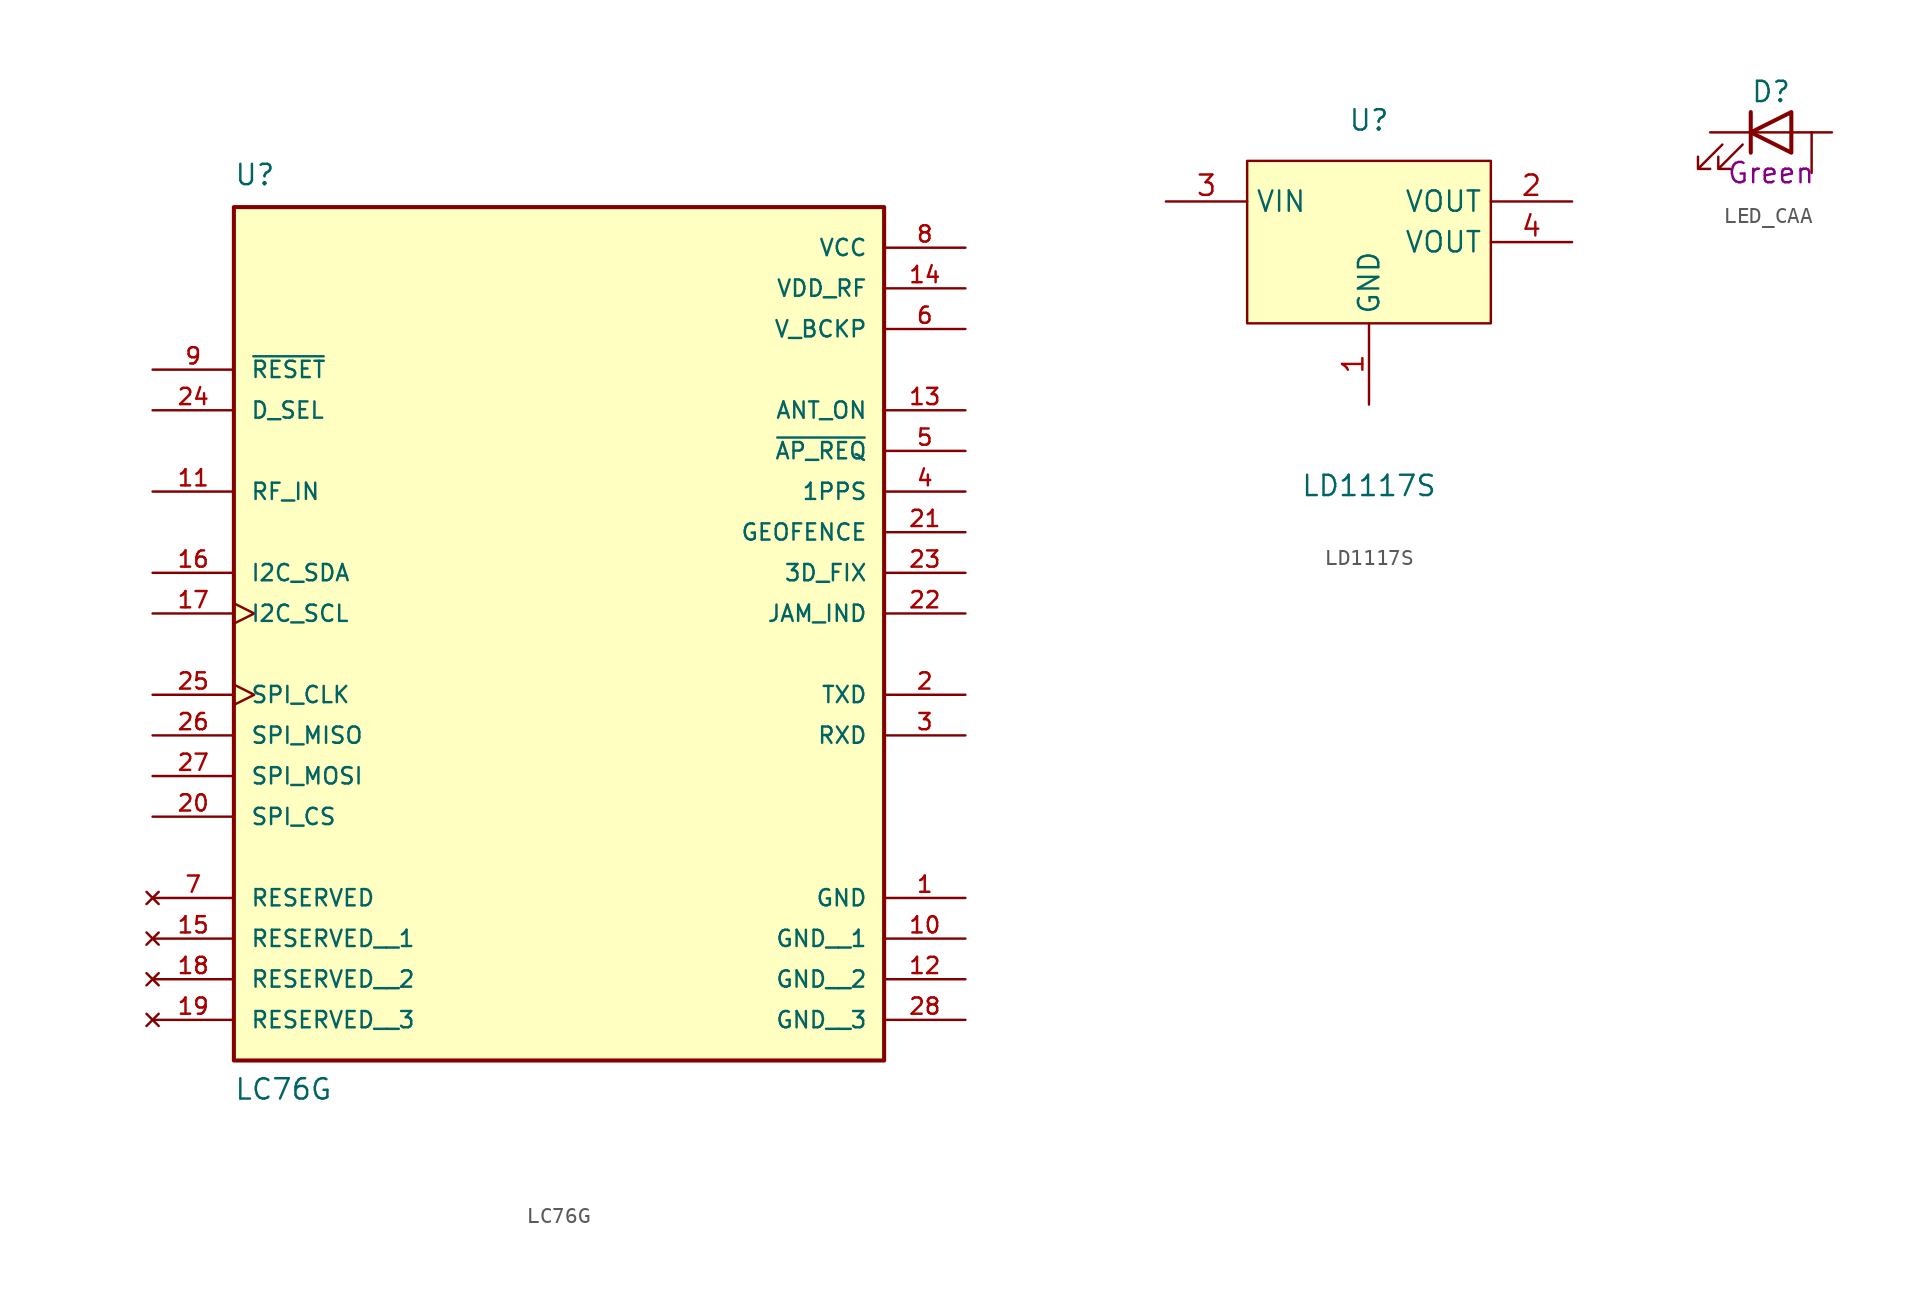
<source format=kicad_sym>
(kicad_symbol_lib
  (version 20241209)
  (generator "kicad_symbol_editor")
  (generator_version "9.0")
  (symbol "LC76G"
    (pin_names
      (offset 1.016))
    (property "Reference" "U"
      (at -20.32 24.13 0)
      (effects (font (size 1.27 1.27)) (justify left bottom)))
    (property "Value" "LC76G"
      (at -20.32 -33.02 0)
      (effects (font (size 1.27 1.27)) (justify left bottom)))
    (symbol "LC76G_0_0"
      (rectangle (start -20.32 -30.48) (end 20.32 22.86) (stroke (width 0.254) (type default)) (fill (type background)))
      (pin input line (at -25.4 12.7 0) (length 5.08) (name "~{RESET}" (effects (font (size 1.016 1.016)))) (number "9" (effects (font (size 1.016 1.016)))))
      (pin input line (at -25.4 10.16 0) (length 5.08) (name "D_SEL" (effects (font (size 1.016 1.016)))) (number "24" (effects (font (size 1.016 1.016)))))
      (pin input line (at -25.4 5.08 0) (length 5.08) (name "RF_IN" (effects (font (size 1.016 1.016)))) (number "11" (effects (font (size 1.016 1.016)))))
      (pin bidirectional line (at -25.4 0 0) (length 5.08) (name "I2C_SDA" (effects (font (size 1.016 1.016)))) (number "16" (effects (font (size 1.016 1.016)))))
      (pin input clock (at -25.4 -2.54 0) (length 5.08) (name "I2C_SCL" (effects (font (size 1.016 1.016)))) (number "17" (effects (font (size 1.016 1.016)))))
      (pin bidirectional clock (at -25.4 -7.62 0) (length 5.08) (name "SPI_CLK" (effects (font (size 1.016 1.016)))) (number "25" (effects (font (size 1.016 1.016)))))
      (pin bidirectional line (at -25.4 -10.16 0) (length 5.08) (name "SPI_MISO" (effects (font (size 1.016 1.016)))) (number "26" (effects (font (size 1.016 1.016)))))
      (pin bidirectional line (at -25.4 -12.7 0) (length 5.08) (name "SPI_MOSI" (effects (font (size 1.016 1.016)))) (number "27" (effects (font (size 1.016 1.016)))))
      (pin bidirectional line (at -25.4 -15.24 0) (length 5.08) (name "SPI_CS" (effects (font (size 1.016 1.016)))) (number "20" (effects (font (size 1.016 1.016)))))
      (pin no_connect line (at -25.4 -20.32 0) (length 5.08) (name "RESERVED" (effects (font (size 1.016 1.016)))) (number "7" (effects (font (size 1.016 1.016)))))
      (pin no_connect line (at -25.4 -22.86 0) (length 5.08) (name "RESERVED__1" (effects (font (size 1.016 1.016)))) (number "15" (effects (font (size 1.016 1.016)))))
      (pin no_connect line (at -25.4 -25.4 0) (length 5.08) (name "RESERVED__2" (effects (font (size 1.016 1.016)))) (number "18" (effects (font (size 1.016 1.016)))))
      (pin no_connect line (at -25.4 -27.94 0) (length 5.08) (name "RESERVED__3" (effects (font (size 1.016 1.016)))) (number "19" (effects (font (size 1.016 1.016)))))
      (pin power_in line (at 25.4 20.32 180) (length 5.08) (name "VCC" (effects (font (size 1.016 1.016)))) (number "8" (effects (font (size 1.016 1.016)))))
      (pin power_in line (at 25.4 17.78 180) (length 5.08) (name "VDD_RF" (effects (font (size 1.016 1.016)))) (number "14" (effects (font (size 1.016 1.016)))))
      (pin power_in line (at 25.4 15.24 180) (length 5.08) (name "V_BCKP" (effects (font (size 1.016 1.016)))) (number "6" (effects (font (size 1.016 1.016)))))
      (pin output line (at 25.4 10.16 180) (length 5.08) (name "ANT_ON" (effects (font (size 1.016 1.016)))) (number "13" (effects (font (size 1.016 1.016)))))
      (pin output line (at 25.4 7.62 180) (length 5.08) (name "~{AP_REQ}" (effects (font (size 1.016 1.016)))) (number "5" (effects (font (size 1.016 1.016)))))
      (pin output line (at 25.4 5.08 180) (length 5.08) (name "1PPS" (effects (font (size 1.016 1.016)))) (number "4" (effects (font (size 1.016 1.016)))))
      (pin output line (at 25.4 2.54 180) (length 5.08) (name "GEOFENCE" (effects (font (size 1.016 1.016)))) (number "21" (effects (font (size 1.016 1.016)))))
      (pin output line (at 25.4 0 180) (length 5.08) (name "3D_FIX" (effects (font (size 1.016 1.016)))) (number "23" (effects (font (size 1.016 1.016)))))
      (pin output line (at 25.4 -2.54 180) (length 5.08) (name "JAM_IND" (effects (font (size 1.016 1.016)))) (number "22" (effects (font (size 1.016 1.016)))))
      (pin output line (at 25.4 -7.62 180) (length 5.08) (name "TXD" (effects (font (size 1.016 1.016)))) (number "2" (effects (font (size 1.016 1.016)))))
      (pin input line (at 25.4 -10.16 180) (length 5.08) (name "RXD" (effects (font (size 1.016 1.016)))) (number "3" (effects (font (size 1.016 1.016)))))
      (pin power_in line (at 25.4 -20.32 180) (length 5.08) (name "GND" (effects (font (size 1.016 1.016)))) (number "1" (effects (font (size 1.016 1.016)))))
      (pin power_in line (at 25.4 -22.86 180) (length 5.08) (name "GND__1" (effects (font (size 1.016 1.016)))) (number "10" (effects (font (size 1.016 1.016)))))
      (pin power_in line (at 25.4 -25.4 180) (length 5.08) (name "GND__2" (effects (font (size 1.016 1.016)))) (number "12" (effects (font (size 1.016 1.016)))))
      (pin power_in line (at 25.4 -27.94 180) (length 5.08) (name "GND__3" (effects (font (size 1.016 1.016)))) (number "28" (effects (font (size 1.016 1.016)))))))
  (symbol "LD1117S"
    (property "Reference" "U"
      (at 0 10.16 0)
      (effects (font (size 1.27 1.27))))
    (property "Value" "LD1117S"
      (at 0 -12.7 0)
      (effects (font (size 1.27 1.27))))
    (symbol "LD1117S_0_1"
      (rectangle (start -7.62 7.62) (end 7.62 -2.54) (stroke (width 0) (type default)) (fill (type background)))
      (pin power_in line (at -12.7 5.08 0) (length 5.08) (name "VIN" (effects (font (size 1.27 1.27)))) (number "3" (effects (font (size 1.27 1.27)))))
      (pin power_in line (at 0 -7.62 90) (length 5.08) (name "GND" (effects (font (size 1.27 1.27)))) (number "1" (effects (font (size 1.27 1.27)))))
      (pin power_in line (at 12.7 5.08 180) (length 5.08) (name "VOUT" (effects (font (size 1.27 1.27)))) (number "2" (effects (font (size 1.27 1.27)))))
      (pin power_in line (at 12.7 2.54 180) (length 5.08) (name "VOUT" (effects (font (size 1.27 1.27)))) (number "4" (effects (font (size 1.27 1.27)))))))
  (symbol "LED_CAA"
    (pin_numbers
      (hide yes))
    (pin_names
      (offset 1.016)
      (hide yes))
    (property "Reference" "D"
      (at 0 2.54 0)
      (effects (font (size 1.27 1.27))))
    (property "Color" "Green"
      (at 0 -2.54 0)
      (effects (font (size 1.27 1.27))))
    (symbol "LED_CAA_0_1"
      (polyline (pts (xy -3.048 -0.762) (xy -4.572 -2.286) (xy -3.81 -2.286) (xy -4.572 -2.286) (xy -4.572 -1.524)) (stroke (width 0) (type default)) (fill (type none)))
      (polyline (pts (xy -1.778 -0.762) (xy -3.302 -2.286) (xy -2.54 -2.286) (xy -3.302 -2.286) (xy -3.302 -1.524)) (stroke (width 0) (type default)) (fill (type none)))
      (polyline (pts (xy -1.27 0) (xy 1.27 0)) (stroke (width 0) (type default)) (fill (type none)))
      (polyline (pts (xy -1.27 -1.27) (xy -1.27 1.27)) (stroke (width 0.254) (type default)) (fill (type none)))
      (polyline (pts (xy 1.27 -1.27) (xy 1.27 1.27) (xy -1.27 0) (xy 1.27 -1.27)) (stroke (width 0.254) (type default)) (fill (type none))))
    (symbol "LED_CAA_1_0"
      (pin passive line (at 2.54 -2.54 90) (length 2.54) (name "A" (effects (font (size 1.27 1.27)))) (number "3" (effects (font (size 1.27 1.27))))))
    (symbol "LED_CAA_1_1"
      (pin passive line (at -3.81 0 0) (length 2.54) (name "K" (effects (font (size 1.27 1.27)))) (number "1" (effects (font (size 1.27 1.27)))))
      (pin passive line (at 3.81 0 180) (length 2.54) (name "A" (effects (font (size 1.27 1.27)))) (number "2" (effects (font (size 1.27 1.27))))))))
</source>
